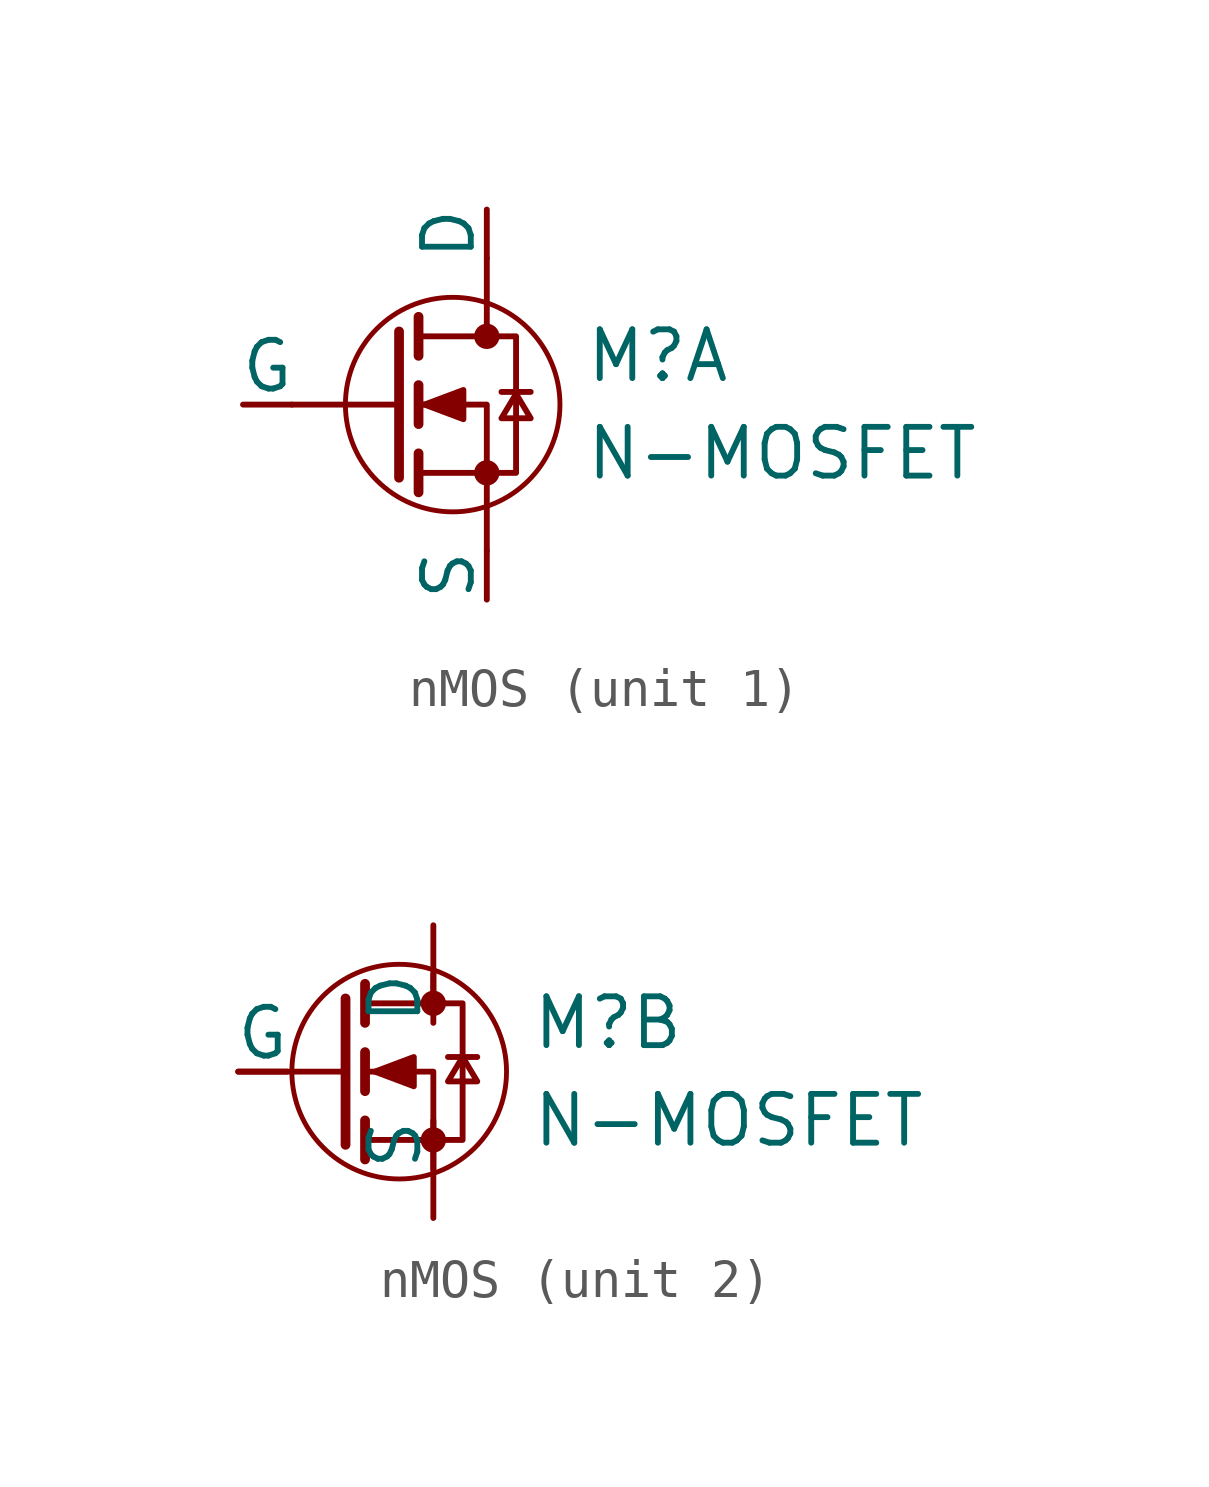
<source format=kicad_sym>
(kicad_symbol_lib
  (version 20220914)
  (generator kicad_symbol_editor)
  (symbol "nMOS"
    (pin_numbers hide)
    (pin_names
      (offset 0))
    (property "Reference" "M"
      (at 5.08 1.27 0)
      (effects (font (size 1.27 1.27)) (justify left)))
    (property "Value" "N-MOSFET"
      (at 5.08 -1.27 0)
      (effects (font (size 1.27 1.27)) (justify left)))
    (symbol "nMOS_0_1"
      (polyline (pts (xy 0.254 0) (xy -2.54 0)) (stroke (width 0) (type default)) (fill (type none)))
      (polyline (pts (xy 0.254 1.905) (xy 0.254 -1.905)) (stroke (width 0.254) (type default)) (fill (type none)))
      (polyline (pts (xy 0.762 -1.27) (xy 0.762 -2.286)) (stroke (width 0.254) (type default)) (fill (type none)))
      (polyline (pts (xy 0.762 0.508) (xy 0.762 -0.508)) (stroke (width 0.254) (type default)) (fill (type none)))
      (polyline (pts (xy 0.762 2.286) (xy 0.762 1.27)) (stroke (width 0.254) (type default)) (fill (type none)))
      (polyline (pts (xy 2.54 3.81) (xy 2.54 1.778)) (stroke (width 0) (type default)) (fill (type none)))
      (polyline (pts (xy 2.54 -3.81) (xy 2.54 0) (xy 0.762 0)) (stroke (width 0) (type default)) (fill (type none)))
      (polyline (pts (xy 0.762 -1.778) (xy 3.302 -1.778) (xy 3.302 1.778) (xy 0.762 1.778)) (stroke (width 0) (type default)) (fill (type none)))
      (circle (center 1.651 0) (radius 2.794) (stroke (width 0.127) (type default)) (fill (type none)))
      (circle (center 2.54 -1.778) (radius 0.254) (stroke (width 0) (type default)) (fill (type outline)))
      (circle (center 2.54 1.778) (radius 0.254) (stroke (width 0) (type default)) (fill (type outline))))
    (symbol "nMOS_1_1"
      (polyline (pts (xy 2.921 0.33) (xy 3.683 0.33)) (stroke (width 0) (type default)) (fill (type none)))
      (polyline (pts (xy 0.914 0) (xy 1.93 0.381) (xy 1.93 -0.381) (xy 0.914 0)) (stroke (width 0) (type default)) (fill (type outline)))
      (polyline (pts (xy 3.302 0.279) (xy 2.921 -0.356) (xy 3.683 -0.356) (xy 3.302 0.279)) (stroke (width 0) (type default)) (fill (type none)))
      (pin input line (at -3.81 0 0) (length 1.27) (name "G" (effects (font (size 1.27 1.27)))) (number "1" (effects (font (size 1.27 1.27)))))
      (pin passive line (at 2.54 -5.08 90) (length 1.27) (name "S" (effects (font (size 1.27 1.27)))) (number "2" (effects (font (size 1.27 1.27)))))
      (pin passive line (at 2.54 5.08 270) (length 1.27) (name "D" (effects (font (size 1.27 1.27)))) (number "3" (effects (font (size 1.27 1.27))))))
    (symbol "nMOS_2_1"
      (polyline (pts (xy 2.921 0.381) (xy 3.683 0.381)) (stroke (width 0) (type default)) (fill (type none)))
      (polyline (pts (xy 1.016 0) (xy 2.032 0.381) (xy 2.032 -0.381) (xy 1.016 0)) (stroke (width 0) (type default)) (fill (type outline)))
      (polyline (pts (xy 3.302 0.381) (xy 2.921 -0.254) (xy 3.683 -0.254) (xy 3.302 0.381)) (stroke (width 0) (type default)) (fill (type none)))
      (pin passive line (at 2.54 -2.54 90) (length 1.27) (name "S" (effects (font (size 1.27 1.27)))) (number "3" (effects (font (size 1.27 1.27)))))
      (pin input line (at -2.54 0 0) (length 1.27) (name "G" (effects (font (size 1.27 1.27)))) (number "4" (effects (font (size 1.27 1.27)))))
      (pin passive line (at 2.54 2.54 270) (length 1.27) (name "D" (effects (font (size 1.27 1.27)))) (number "5" (effects (font (size 1.27 1.27))))))))
</source>
